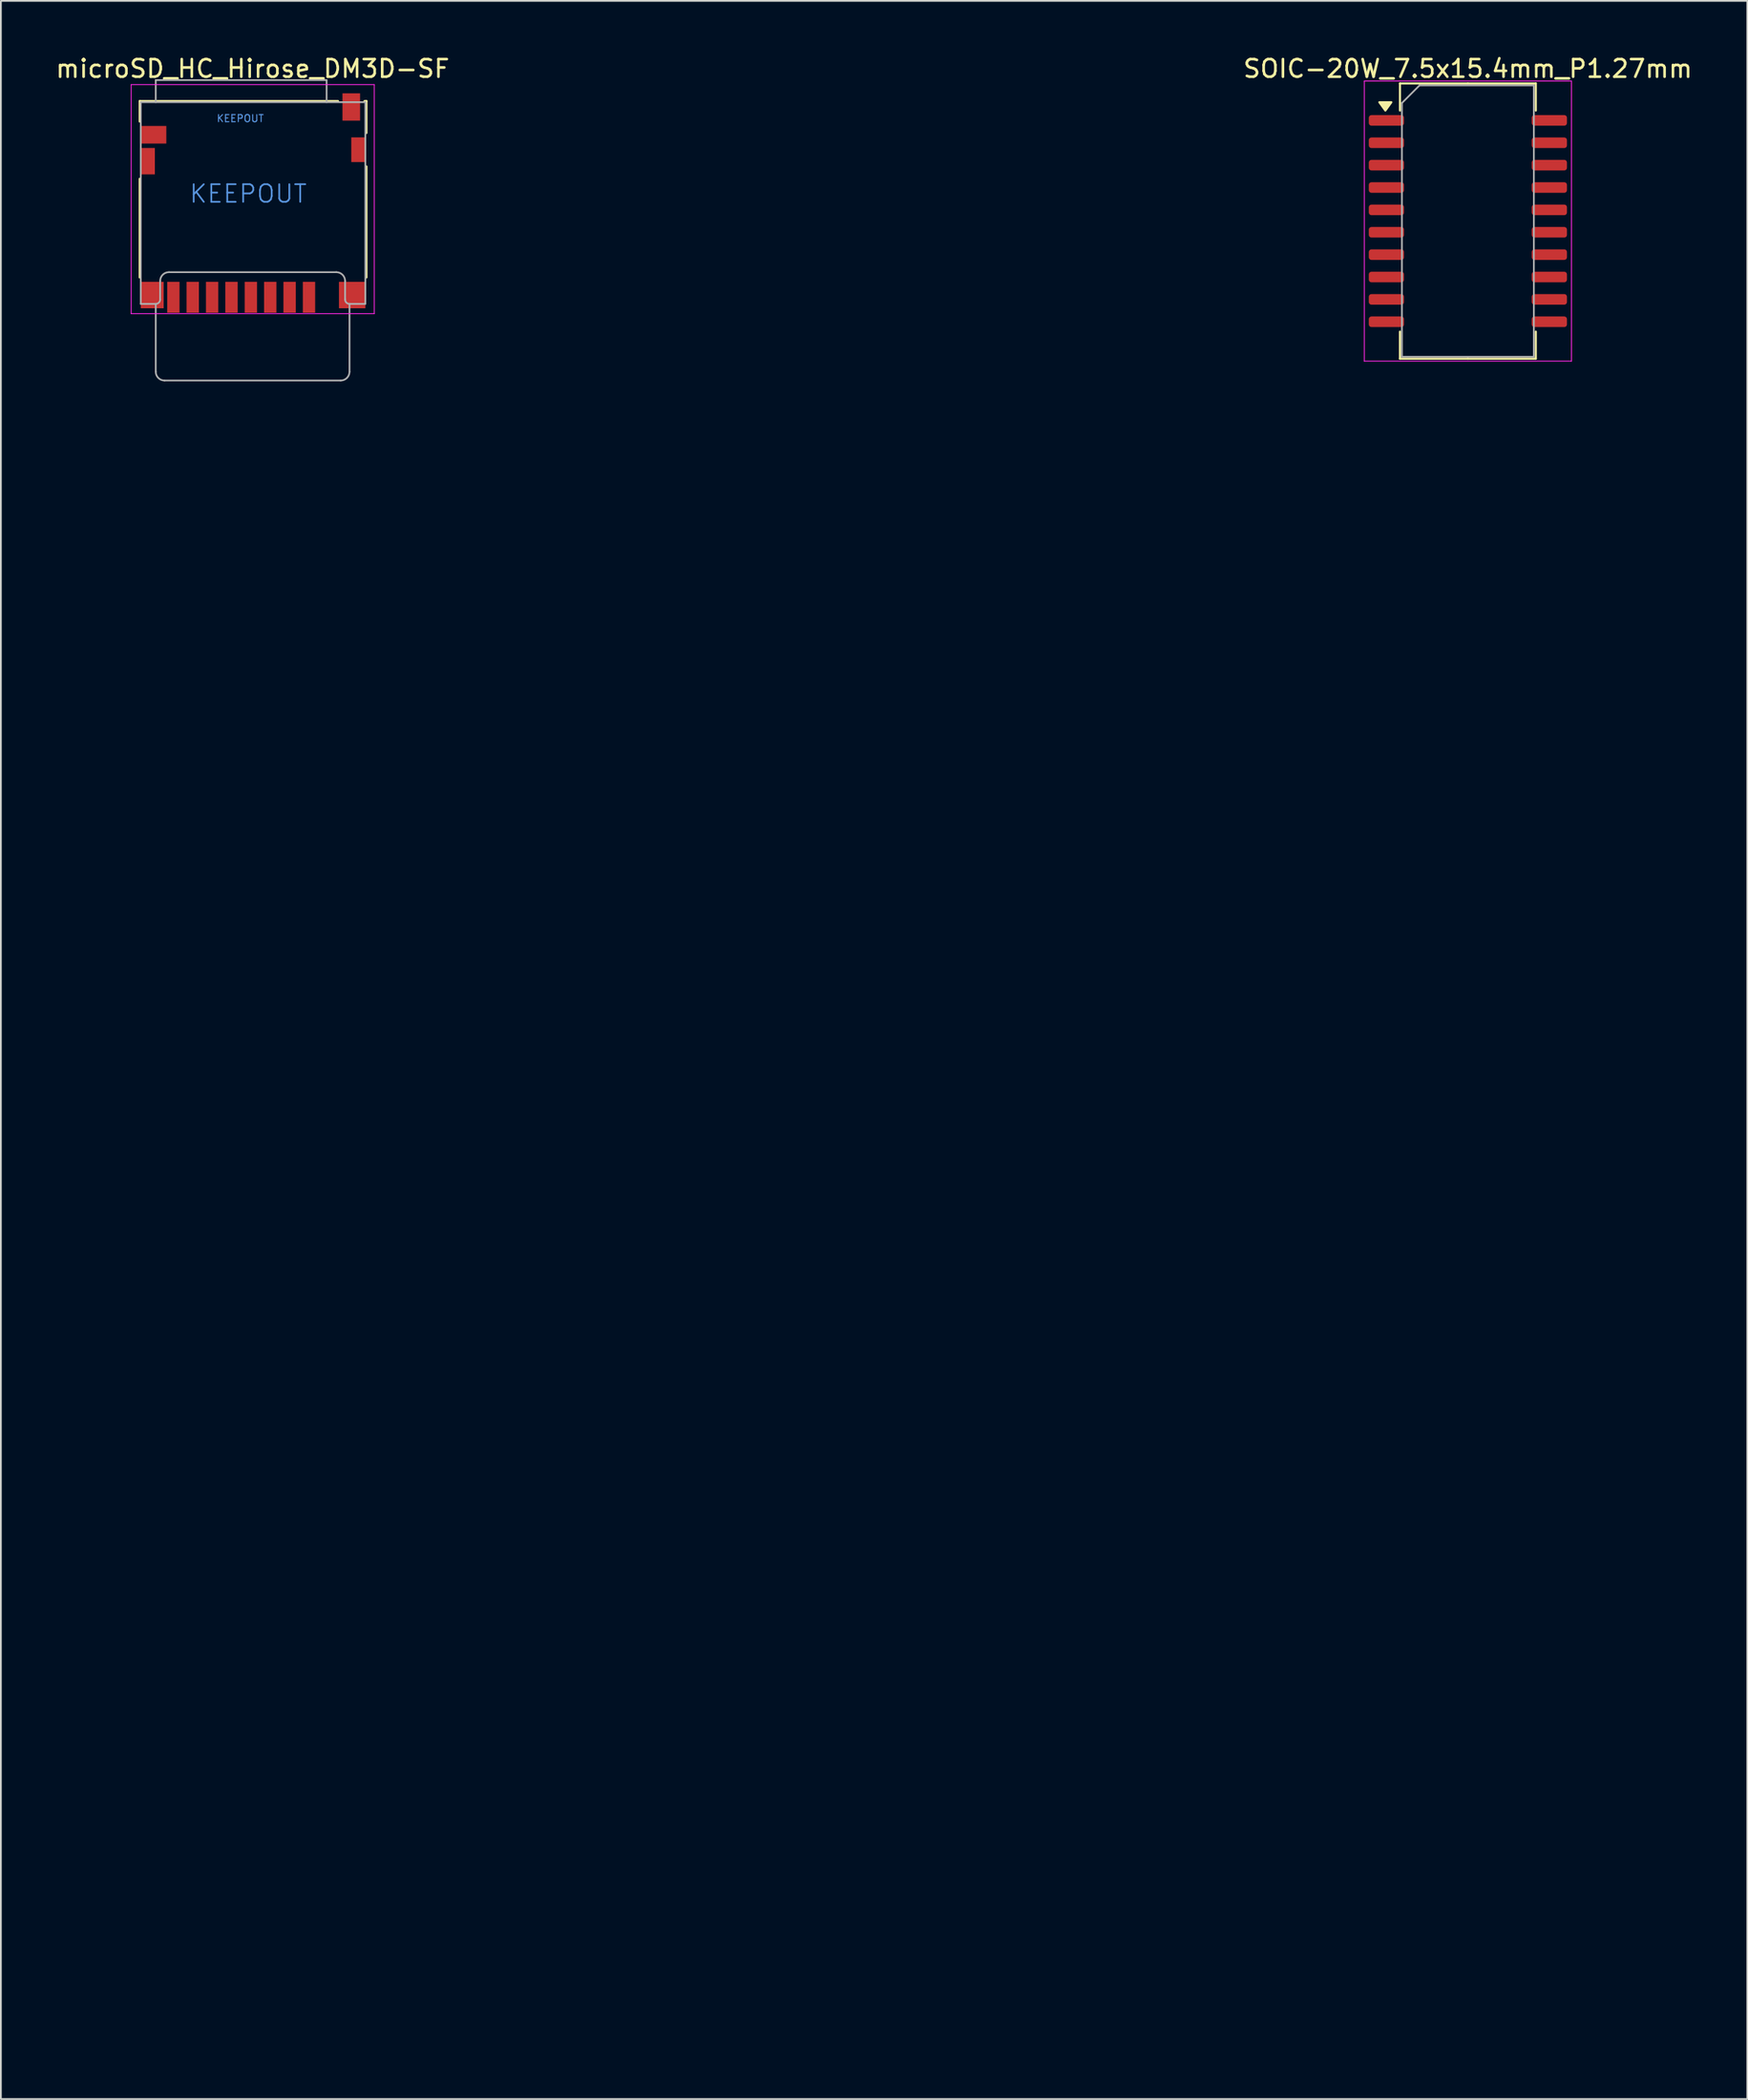
<source format=kicad_pcb>
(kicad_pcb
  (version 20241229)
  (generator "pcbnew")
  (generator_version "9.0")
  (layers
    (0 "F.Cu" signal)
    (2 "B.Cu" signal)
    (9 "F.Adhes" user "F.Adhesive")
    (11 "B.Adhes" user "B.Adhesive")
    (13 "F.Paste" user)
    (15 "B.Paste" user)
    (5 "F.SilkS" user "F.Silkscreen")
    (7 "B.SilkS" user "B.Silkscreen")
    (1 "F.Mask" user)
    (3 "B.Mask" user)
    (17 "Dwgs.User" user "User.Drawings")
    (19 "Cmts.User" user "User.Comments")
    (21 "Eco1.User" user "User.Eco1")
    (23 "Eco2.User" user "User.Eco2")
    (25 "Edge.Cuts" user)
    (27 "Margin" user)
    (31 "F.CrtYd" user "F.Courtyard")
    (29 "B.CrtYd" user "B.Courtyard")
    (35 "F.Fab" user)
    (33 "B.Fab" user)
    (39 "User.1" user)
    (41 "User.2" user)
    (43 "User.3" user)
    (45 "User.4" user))
  (footprint "SOIC-20W_7.5x15.4mm_P1.27mm"
    (layer "F.Cu")
    (at 80.285 9.498)
    (property "Reference" "SOIC-20W_7.5x15.4mm_P1.27mm" (at 0 -8.65 180) (layer "F.SilkS") (effects (font (size 1 1) (thickness 0.15))))
    (attr smd)
    (fp_line (start -3.855 -7.812) (end -3.855 -6.275) (stroke (width 0.12) (type solid)) (layer "F.SilkS"))
    (fp_line (start -3.855 7.812) (end -3.855 6.275) (stroke (width 0.12) (type solid)) (layer "F.SilkS"))
    (fp_line (start 0 -7.812) (end -3.855 -7.812) (stroke (width 0.12) (type solid)) (layer "F.SilkS"))
    (fp_line (start 0 -7.812) (end 3.855 -7.812) (stroke (width 0.12) (type solid)) (layer "F.SilkS"))
    (fp_line (start 0 7.812) (end -3.855 7.812) (stroke (width 0.12) (type solid)) (layer "F.SilkS"))
    (fp_line (start 0 7.812) (end 3.855 7.812) (stroke (width 0.12) (type solid)) (layer "F.SilkS"))
    (fp_line (start 3.855 -7.812) (end 3.855 -6.275) (stroke (width 0.12) (type solid)) (layer "F.SilkS"))
    (fp_line (start 3.855 7.812) (end 3.855 6.275) (stroke (width 0.12) (type solid)) (layer "F.SilkS"))
    (fp_poly (pts (xy -4.685 -6.275) (xy -5.025 -6.745) (xy -4.345 -6.745) (xy -4.685 -6.275)) (stroke (width 0.12) (type solid)) (fill yes) (layer "F.SilkS"))
    (fp_line (start -5.88 -7.95) (end -5.88 7.95) (stroke (width 0.05) (type solid)) (layer "F.CrtYd"))
    (fp_line (start -5.88 7.95) (end 5.88 7.95) (stroke (width 0.05) (type solid)) (layer "F.CrtYd"))
    (fp_line (start 5.88 -7.95) (end -5.88 -7.95) (stroke (width 0.05) (type solid)) (layer "F.CrtYd"))
    (fp_line (start 5.88 7.95) (end 5.88 -7.95) (stroke (width 0.05) (type solid)) (layer "F.CrtYd"))
    (fp_line (start -3.745 -6.702) (end -2.745 -7.702) (stroke (width 0.1) (type solid)) (layer "F.Fab"))
    (fp_line (start -3.745 7.702) (end -3.745 -6.702) (stroke (width 0.1) (type solid)) (layer "F.Fab"))
    (fp_line (start -2.745 -7.702) (end 3.745 -7.702) (stroke (width 0.1) (type solid)) (layer "F.Fab"))
    (fp_line (start 3.745 -7.702) (end 3.745 7.702) (stroke (width 0.1) (type solid)) (layer "F.Fab"))
    (fp_line (start 3.745 7.702) (end -3.745 7.702) (stroke (width 0.1) (type solid)) (layer "F.Fab"))
    (pad "1" smd roundrect (at -4.625 -5.715) (size 2 0.6) (layers "F.Cu" "F.Mask" "F.Paste") (roundrect_rratio 0.25))
    (pad "2" smd roundrect (at -4.625 -4.445) (size 2 0.6) (layers "F.Cu" "F.Mask" "F.Paste") (roundrect_rratio 0.25))
    (pad "3" smd roundrect (at -4.625 -3.175) (size 2 0.6) (layers "F.Cu" "F.Mask" "F.Paste") (roundrect_rratio 0.25))
    (pad "4" smd roundrect (at -4.625 -1.905) (size 2 0.6) (layers "F.Cu" "F.Mask" "F.Paste") (roundrect_rratio 0.25))
    (pad "5" smd roundrect (at -4.625 -0.635) (size 2 0.6) (layers "F.Cu" "F.Mask" "F.Paste") (roundrect_rratio 0.25))
    (pad "6" smd roundrect (at -4.625 0.635) (size 2 0.6) (layers "F.Cu" "F.Mask" "F.Paste") (roundrect_rratio 0.25))
    (pad "7" smd roundrect (at -4.625 1.905) (size 2 0.6) (layers "F.Cu" "F.Mask" "F.Paste") (roundrect_rratio 0.25))
    (pad "8" smd roundrect (at -4.625 3.175) (size 2 0.6) (layers "F.Cu" "F.Mask" "F.Paste") (roundrect_rratio 0.25))
    (pad "9" smd roundrect (at -4.625 4.445) (size 2 0.6) (layers "F.Cu" "F.Mask" "F.Paste") (roundrect_rratio 0.25))
    (pad "10" smd roundrect (at -4.625 5.715) (size 2 0.6) (layers "F.Cu" "F.Mask" "F.Paste") (roundrect_rratio 0.25))
    (pad "11" smd roundrect (at 4.625 5.715) (size 2 0.6) (layers "F.Cu" "F.Mask" "F.Paste") (roundrect_rratio 0.25))
    (pad "12" smd roundrect (at 4.625 4.445) (size 2 0.6) (layers "F.Cu" "F.Mask" "F.Paste") (roundrect_rratio 0.25))
    (pad "13" smd roundrect (at 4.625 3.175) (size 2 0.6) (layers "F.Cu" "F.Mask" "F.Paste") (roundrect_rratio 0.25))
    (pad "14" smd roundrect (at 4.625 1.905) (size 2 0.6) (layers "F.Cu" "F.Mask" "F.Paste") (roundrect_rratio 0.25))
    (pad "15" smd roundrect (at 4.625 0.635) (size 2 0.6) (layers "F.Cu" "F.Mask" "F.Paste") (roundrect_rratio 0.25))
    (pad "16" smd roundrect (at 4.625 -0.635) (size 2 0.6) (layers "F.Cu" "F.Mask" "F.Paste") (roundrect_rratio 0.25))
    (pad "17" smd roundrect (at 4.625 -1.905) (size 2 0.6) (layers "F.Cu" "F.Mask" "F.Paste") (roundrect_rratio 0.25))
    (pad "18" smd roundrect (at 4.625 -3.175) (size 2 0.6) (layers "F.Cu" "F.Mask" "F.Paste") (roundrect_rratio 0.25))
    (pad "19" smd roundrect (at 4.625 -4.445) (size 2 0.6) (layers "F.Cu" "F.Mask" "F.Paste") (roundrect_rratio 0.25))
    (pad "20" smd roundrect (at 4.625 -5.715) (size 2 0.6) (layers "F.Cu" "F.Mask" "F.Paste") (roundrect_rratio 0.25)))
  (footprint "microSD_HC_Hirose_DM3D-SF"
    (layer "F.Cu")
    (at 11.317 8.473)
    (property "Reference" "microSD_HC_Hirose_DM3D-SF" (at -0.025 -7.625 180) (layer "F.SilkS") (effects (font (size 1 1) (thickness 0.15))))
    (attr smd)
    (fp_line (start -6.435 -5.785) (end 4.825 -5.785) (stroke (width 0.12) (type solid)) (layer "F.SilkS"))
    (fp_line (start -6.435 -4.625) (end -6.435 -5.785) (stroke (width 0.12) (type solid)) (layer "F.SilkS"))
    (fp_line (start -6.435 -1.375) (end -6.435 4.225) (stroke (width 0.12) (type solid)) (layer "F.SilkS"))
    (fp_line (start 6.325 -5.785) (end 6.435 -5.785) (stroke (width 0.12) (type solid)) (layer "F.SilkS"))
    (fp_line (start 6.435 -5.785) (end 6.435 -3.975) (stroke (width 0.12) (type solid)) (layer "F.SilkS"))
    (fp_line (start 6.435 -2.075) (end 6.435 4.225) (stroke (width 0.12) (type solid)) (layer "F.SilkS"))
    (fp_line (start -6.92 -6.72) (end 6.88 -6.72) (stroke (width 0.05) (type solid)) (layer "F.CrtYd"))
    (fp_line (start -6.92 6.28) (end -6.92 -6.72) (stroke (width 0.05) (type solid)) (layer "F.CrtYd"))
    (fp_line (start 6.88 -6.72) (end 6.88 6.28) (stroke (width 0.05) (type solid)) (layer "F.CrtYd"))
    (fp_line (start 6.88 6.28) (end -6.92 6.28) (stroke (width 0.05) (type solid)) (layer "F.CrtYd"))
    (fp_line (start -6.375 -5.725) (end 6.375 -5.725) (stroke (width 0.1) (type solid)) (layer "F.Fab"))
    (fp_line (start -6.375 5.725) (end -6.375 -5.725) (stroke (width 0.1) (type solid)) (layer "F.Fab"))
    (fp_line (start -6.375 5.725) (end -5.525 5.725) (stroke (width 0.1) (type solid)) (layer "F.Fab"))
    (fp_line (start -5.525 -6.975) (end 4.175 -6.975) (stroke (width 0.1) (type solid)) (layer "F.Fab"))
    (fp_line (start -5.525 -5.725) (end -5.525 -6.975) (stroke (width 0.1) (type solid)) (layer "F.Fab"))
    (fp_line (start -5.525 5.725) (end -5.525 9.575) (stroke (width 0.1) (type solid)) (layer "F.Fab"))
    (fp_line (start -5.275 5.475) (end -5.275 4.425) (stroke (width 0.1) (type solid)) (layer "F.Fab"))
    (fp_line (start -5.025 10.075) (end 4.975 10.075) (stroke (width 0.1) (type solid)) (layer "F.Fab"))
    (fp_line (start -4.775 3.925) (end 4.725 3.925) (stroke (width 0.1) (type solid)) (layer "F.Fab"))
    (fp_line (start 4.175 -5.725) (end 4.175 -6.975) (stroke (width 0.1) (type solid)) (layer "F.Fab"))
    (fp_line (start 5.225 5.475) (end 5.225 4.425) (stroke (width 0.1) (type solid)) (layer "F.Fab"))
    (fp_line (start 5.475 5.725) (end 6.375 5.725) (stroke (width 0.1) (type solid)) (layer "F.Fab"))
    (fp_line (start 5.475 9.575) (end 5.475 5.725) (stroke (width 0.1) (type solid)) (layer "F.Fab"))
    (fp_line (start 6.375 5.725) (end 6.375 -5.725) (stroke (width 0.1) (type solid)) (layer "F.Fab"))
    (fp_arc (start -5.275 4.425) (mid -5.128553 4.071447) (end -4.775 3.925) (stroke (width 0.1) (type solid)) (layer "F.Fab"))
    (fp_arc (start -5.275 5.475) (mid -5.348223 5.651777) (end -5.525 5.725) (stroke (width 0.1) (type solid)) (layer "F.Fab"))
    (fp_arc (start -5.025 10.075) (mid -5.378553 9.928553) (end -5.525 9.575) (stroke (width 0.1) (type solid)) (layer "F.Fab"))
    (fp_arc (start 4.725 3.925) (mid 5.078553 4.071447) (end 5.225 4.425) (stroke (width 0.1) (type solid)) (layer "F.Fab"))
    (fp_arc (start 5.475 5.725) (mid 5.298223 5.651777) (end 5.225 5.475) (stroke (width 0.1) (type solid)) (layer "F.Fab"))
    (fp_arc (start 5.475 9.575) (mid 5.328553 9.928553) (end 4.975 10.075) (stroke (width 0.1) (type solid)) (layer "F.Fab"))
    (fp_text user "KEEPOUT" (at -0.725 -4.8 180) (layer "Cmts.User") (effects (font (size 0.4 0.4) (thickness 0.06))))
    (fp_text user "KEEPOUT" (at -0.275 -0.525 180) (layer "Cmts.User") (effects (font (size 1 1) (thickness 0.1))))
    (pad "1" smd rect (at 3.175 5.35) (size 0.7 1.75) (layers "F.Cu" "F.Mask" "F.Paste"))
    (pad "2" smd rect (at 2.075 5.35) (size 0.7 1.75) (layers "F.Cu" "F.Mask" "F.Paste"))
    (pad "3" smd rect (at 0.975 5.35) (size 0.7 1.75) (layers "F.Cu" "F.Mask" "F.Paste"))
    (pad "4" smd rect (at -0.125 5.35) (size 0.7 1.75) (layers "F.Cu" "F.Mask" "F.Paste"))
    (pad "5" smd rect (at -1.225 5.35) (size 0.7 1.75) (layers "F.Cu" "F.Mask" "F.Paste"))
    (pad "6" smd rect (at -2.325 5.35) (size 0.7 1.75) (layers "F.Cu" "F.Mask" "F.Paste"))
    (pad "7" smd rect (at -3.425 5.35) (size 0.7 1.75) (layers "F.Cu" "F.Mask" "F.Paste"))
    (pad "8" smd rect (at -4.525 5.35) (size 0.7 1.75) (layers "F.Cu" "F.Mask" "F.Paste"))
    (pad "9" smd rect (at -5.65 -3.875) (size 1.45 1) (layers "F.Cu" "F.Mask" "F.Paste"))
    (pad "10" smd rect (at 5.575 -5.45) (size 1 1.55) (layers "F.Cu" "F.Mask" "F.Paste"))
    (pad "11" smd rect (at -5.975 -2.375) (size 0.8 1.5) (layers "F.Cu" "F.Mask" "F.Paste"))
    (pad "11" smd rect (at -5.725 5.225) (size 1.3 1.5) (layers "F.Cu" "F.Mask" "F.Paste"))
    (pad "11" smd rect (at 5.625 5.225) (size 1.5 1.5) (layers "F.Cu" "F.Mask" "F.Paste"))
    (pad "11" smd rect (at 5.975 -3.025) (size 0.8 1.4) (layers "F.Cu" "F.Mask" "F.Paste"))
    (zone (net_name "") (layer "F.Cu") (hatch full 0.508) (connect_pads) (min_thickness 0.254) (filled_areas_thickness no) (keepout (tracks not_allowed) (vias not_allowed) (pads not_allowed) (copperpour not_allowed) (footprints not_allowed)) (placement (enabled no)) (fill) (polygon (pts (xy 55.922 111.088) (xy 64.422 111.088) (xy 64.422 113.088) (xy 55.922 113.088))))
    (zone (net_name "") (layer "F.Cu") (hatch full 0.508) (connect_pads) (min_thickness 0.254) (filled_areas_thickness no) (keepout (tracks not_allowed) (vias not_allowed) (pads not_allowed) (copperpour not_allowed) (footprints not_allowed)) (placement (enabled no)) (fill) (polygon (pts (xy 58.872 108.738) (xy 61.372 108.738) (xy 61.372 106.888) (xy 58.872 106.888)))))
  (gr_rect
    (start -3 -3)
    (end 96.148 116.088)
    (stroke (width 0.1) (type default))
    (fill no)
    (layer "Edge.Cuts")))
</source>
